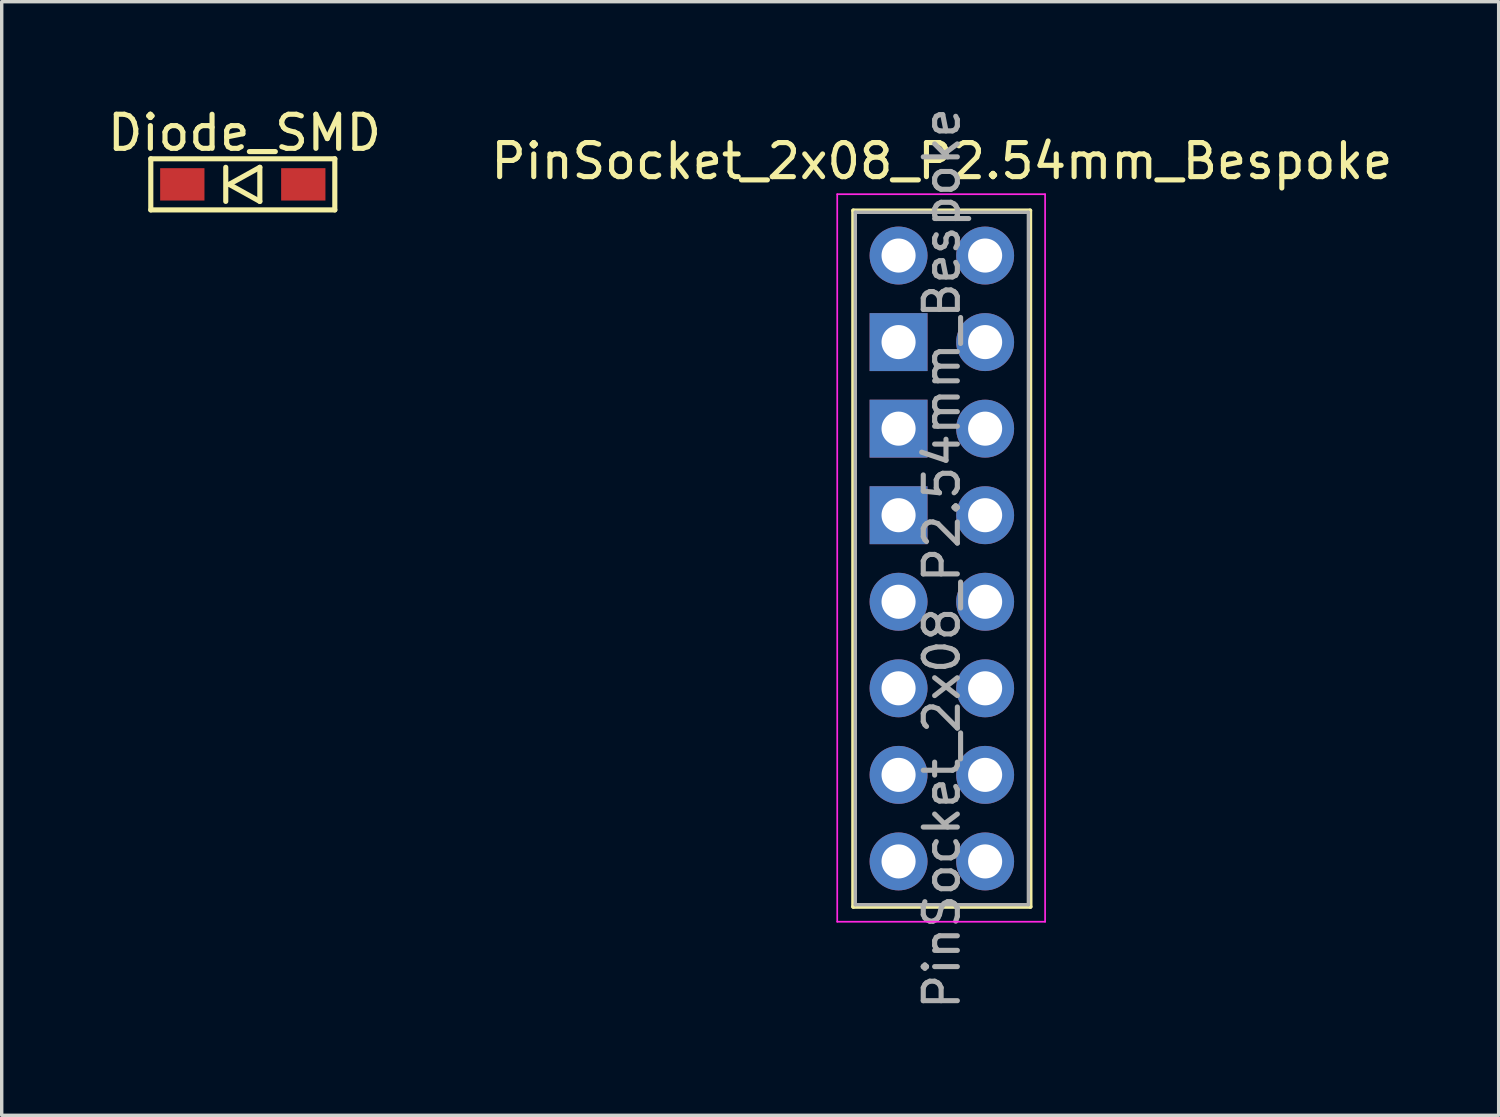
<source format=kicad_pcb>
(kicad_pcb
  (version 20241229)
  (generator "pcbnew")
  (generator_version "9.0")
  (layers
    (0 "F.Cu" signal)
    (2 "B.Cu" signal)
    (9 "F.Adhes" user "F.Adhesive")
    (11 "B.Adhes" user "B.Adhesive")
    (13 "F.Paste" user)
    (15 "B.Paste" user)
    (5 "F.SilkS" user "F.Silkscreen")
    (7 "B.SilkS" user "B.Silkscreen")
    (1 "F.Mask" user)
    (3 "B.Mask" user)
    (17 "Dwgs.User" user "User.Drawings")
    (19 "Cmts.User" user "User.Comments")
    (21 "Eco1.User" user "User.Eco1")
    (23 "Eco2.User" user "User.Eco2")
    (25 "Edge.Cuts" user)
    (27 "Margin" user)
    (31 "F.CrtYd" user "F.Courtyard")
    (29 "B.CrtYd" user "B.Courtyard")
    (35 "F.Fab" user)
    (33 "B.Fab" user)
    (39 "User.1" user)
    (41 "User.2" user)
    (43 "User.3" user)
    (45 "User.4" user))
  (footprint "PinSocket_2x08_P2.54mm_Bespoke"
    (layer "F.Cu")
    (at 25.859 4.449)
    (property "Reference" "PinSocket_2x08_P2.54mm_Bespoke" (at -1.27 -2.77 180) (layer "F.SilkS") (effects (font (size 1 1) (thickness 0.15))))
    (attr through_hole)
    (fp_line (start -3.87 -1.321) (end -3.87 19.11) (stroke (width 0.12) (type solid)) (layer "F.SilkS"))
    (fp_line (start -3.87 -1.321) (end 1.321 -1.321) (stroke (width 0.12) (type solid)) (layer "F.SilkS"))
    (fp_line (start -3.87 19.11) (end 1.33 19.11) (stroke (width 0.12) (type solid)) (layer "F.SilkS"))
    (fp_line (start 1.321 -1.321) (end 1.33 19.11) (stroke (width 0.12) (type solid)) (layer "F.SilkS"))
    (fp_line (start -4.34 -1.8) (end 1.76 -1.8) (stroke (width 0.05) (type solid)) (layer "F.CrtYd"))
    (fp_line (start -4.34 19.55) (end -4.34 -1.8) (stroke (width 0.05) (type solid)) (layer "F.CrtYd"))
    (fp_line (start 1.76 -1.8) (end 1.76 19.55) (stroke (width 0.05) (type solid)) (layer "F.CrtYd"))
    (fp_line (start 1.76 19.55) (end -4.34 19.55) (stroke (width 0.05) (type solid)) (layer "F.CrtYd"))
    (fp_line (start -3.81 -1.27) (end 1.27 -1.27) (stroke (width 0.1) (type solid)) (layer "F.Fab"))
    (fp_line (start -3.81 19.05) (end -3.81 -1.27) (stroke (width 0.1) (type solid)) (layer "F.Fab"))
    (fp_line (start 1.27 -1.27) (end 1.27 19.05) (stroke (width 0.1) (type solid)) (layer "F.Fab"))
    (fp_line (start 1.27 19.05) (end -3.81 19.05) (stroke (width 0.1) (type solid)) (layer "F.Fab"))
    (fp_text user "${REFERENCE}" (at -1.27 8.89 90) (layer "F.Fab") (effects (font (size 1 1) (thickness 0.15))))
    (pad "1" thru_hole oval (at 0 0) (size 1.7 1.7) (drill 1) (layers "*.Cu" "*.Mask"))
    (pad "2" thru_hole oval (at -2.54 0) (size 1.7 1.7) (drill 1) (layers "*.Cu" "*.Mask"))
    (pad "3" thru_hole oval (at 0 2.54) (size 1.7 1.7) (drill 1) (layers "*.Cu" "*.Mask"))
    (pad "4" thru_hole rect (at -2.54 2.54) (size 1.7 1.7) (drill 1) (layers "*.Cu" "*.Mask"))
    (pad "5" thru_hole oval (at 0 5.08) (size 1.7 1.7) (drill 1) (layers "*.Cu" "*.Mask"))
    (pad "6" thru_hole rect (at -2.54 5.08) (size 1.7 1.7) (drill 1) (layers "*.Cu" "*.Mask"))
    (pad "7" thru_hole oval (at 0 7.62) (size 1.7 1.7) (drill 1) (layers "*.Cu" "*.Mask"))
    (pad "8" thru_hole rect (at -2.54 7.62) (size 1.7 1.7) (drill 1) (layers "*.Cu" "*.Mask"))
    (pad "9" thru_hole oval (at 0 10.16) (size 1.7 1.7) (drill 1) (layers "*.Cu" "*.Mask"))
    (pad "10" thru_hole oval (at -2.54 10.16) (size 1.7 1.7) (drill 1) (layers "*.Cu" "*.Mask"))
    (pad "11" thru_hole oval (at 0 12.7) (size 1.7 1.7) (drill 1) (layers "*.Cu" "*.Mask"))
    (pad "12" thru_hole oval (at -2.54 12.7) (size 1.7 1.7) (drill 1) (layers "*.Cu" "*.Mask"))
    (pad "13" thru_hole oval (at 0 15.24) (size 1.7 1.7) (drill 1) (layers "*.Cu" "*.Mask"))
    (pad "14" thru_hole oval (at -2.54 15.24) (size 1.7 1.7) (drill 1) (layers "*.Cu" "*.Mask"))
    (pad "15" thru_hole oval (at 0 17.78) (size 1.7 1.7) (drill 1) (layers "*.Cu" "*.Mask"))
    (pad "16" thru_hole oval (at -2.54 17.78) (size 1.7 1.7) (drill 1) (layers "*.Cu" "*.Mask")))
  (footprint "Diode_SMD"
    (layer "F.Cu")
    (at 4.075 2.36)
    (property "Reference" "Diode_SMD" (at 0.05 -1.512 0) (unlocked yes) (layer "F.SilkS") (effects (font (size 1 1) (thickness 0.15))))
    (attr smd)
    (fp_line (start -2.7 -0.75) (end -2.7 0.75) (stroke (width 0.15) (type solid)) (layer "F.SilkS"))
    (fp_line (start -2.7 0.75) (end 2.7 0.75) (stroke (width 0.15) (type solid)) (layer "F.SilkS"))
    (fp_line (start -0.5 -0.5) (end -0.5 0.5) (stroke (width 0.15) (type solid)) (layer "F.SilkS"))
    (fp_line (start -0.4 0) (end 0.5 -0.5) (stroke (width 0.15) (type solid)) (layer "F.SilkS"))
    (fp_line (start 0.5 -0.5) (end 0.5 0.5) (stroke (width 0.15) (type solid)) (layer "F.SilkS"))
    (fp_line (start 0.5 0.5) (end -0.4 0) (stroke (width 0.15) (type solid)) (layer "F.SilkS"))
    (fp_line (start 2.7 -0.75) (end -2.7 -0.75) (stroke (width 0.15) (type solid)) (layer "F.SilkS"))
    (fp_line (start 2.7 -0.75) (end 2.7 0.75) (stroke (width 0.15) (type solid)) (layer "F.SilkS"))
    (pad "1" smd rect (at -1.775 0) (size 1.3 0.95) (layers "F.Cu" "F.Mask" "F.Paste"))
    (pad "2" smd rect (at 1.775 0) (size 1.3 0.95) (layers "F.Cu" "F.Mask" "F.Paste")))
  (gr_rect
    (start -3 -3)
    (end 40.929 29.679)
    (stroke (width 0.1) (type default))
    (fill no)
    (layer "Edge.Cuts")))
</source>
